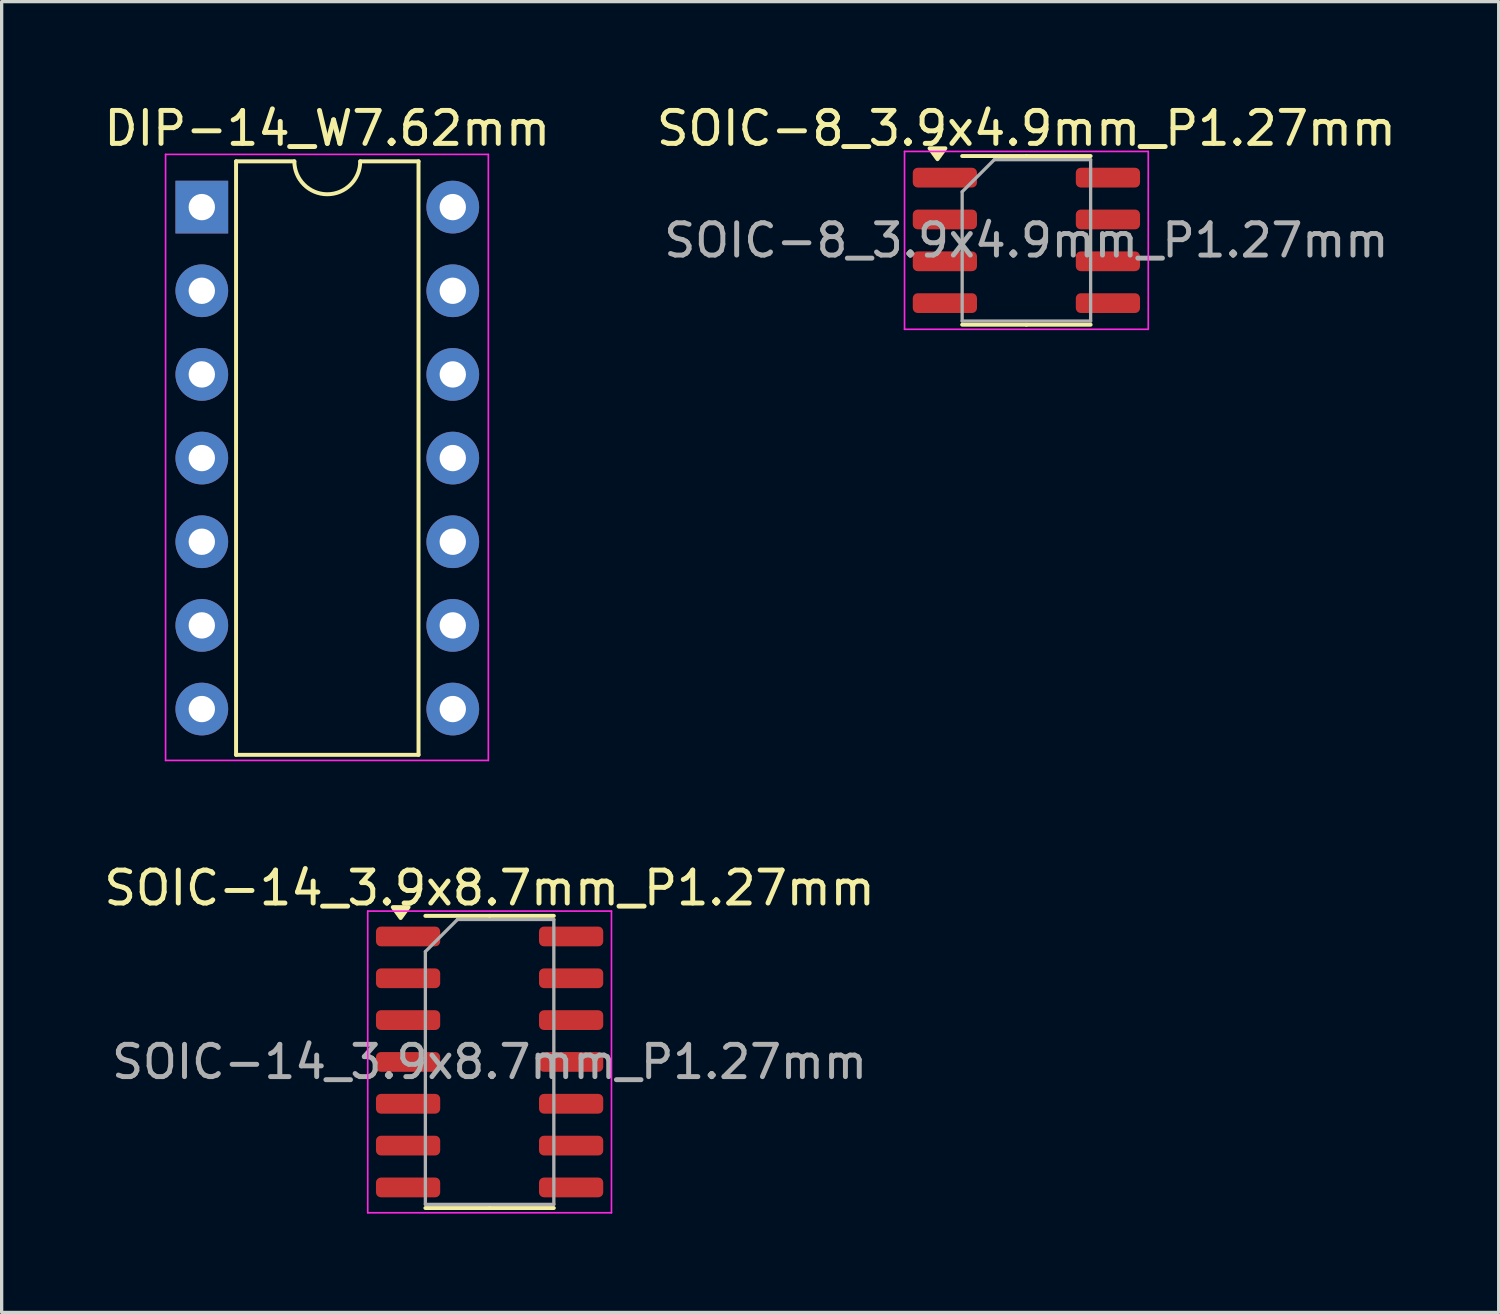
<source format=kicad_pcb>
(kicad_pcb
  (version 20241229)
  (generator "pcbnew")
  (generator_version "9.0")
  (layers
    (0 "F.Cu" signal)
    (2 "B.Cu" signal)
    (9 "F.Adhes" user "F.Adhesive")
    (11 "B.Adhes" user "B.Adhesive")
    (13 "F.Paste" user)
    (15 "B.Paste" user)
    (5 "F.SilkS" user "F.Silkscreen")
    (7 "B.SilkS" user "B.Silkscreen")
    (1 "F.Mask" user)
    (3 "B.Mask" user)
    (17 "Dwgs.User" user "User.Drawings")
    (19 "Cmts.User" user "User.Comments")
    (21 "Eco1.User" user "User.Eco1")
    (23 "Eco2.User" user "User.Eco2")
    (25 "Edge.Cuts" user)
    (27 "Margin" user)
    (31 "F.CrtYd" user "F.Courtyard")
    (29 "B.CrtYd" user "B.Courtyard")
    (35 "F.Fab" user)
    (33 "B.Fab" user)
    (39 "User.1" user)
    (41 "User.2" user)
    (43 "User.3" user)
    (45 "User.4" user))
  (footprint "SOIC-8_3.9x4.9mm_P1.27mm"
    (layer "F.Cu")
    (at 28.113 4.248)
    (property "Reference" "SOIC-8_3.9x4.9mm_P1.27mm" (at 0 -3.4 0) (layer "F.SilkS") (effects (font (size 1 1) (thickness 0.15))))
    (attr smd)
    (fp_line (start 0 -2.56) (end -1.95 -2.56) (stroke (width 0.12) (type solid)) (layer "F.SilkS"))
    (fp_line (start 0 -2.56) (end 1.95 -2.56) (stroke (width 0.12) (type solid)) (layer "F.SilkS"))
    (fp_line (start 0 2.56) (end -1.95 2.56) (stroke (width 0.12) (type solid)) (layer "F.SilkS"))
    (fp_line (start 0 2.56) (end 1.95 2.56) (stroke (width 0.12) (type solid)) (layer "F.SilkS"))
    (fp_poly (pts (xy -2.7 -2.465) (xy -2.94 -2.795) (xy -2.46 -2.795) (xy -2.7 -2.465)) (stroke (width 0.12) (type solid)) (fill yes) (layer "F.SilkS"))
    (fp_line (start -3.7 -2.7) (end -3.7 2.7) (stroke (width 0.05) (type solid)) (layer "F.CrtYd"))
    (fp_line (start -3.7 2.7) (end 3.7 2.7) (stroke (width 0.05) (type solid)) (layer "F.CrtYd"))
    (fp_line (start 3.7 -2.7) (end -3.7 -2.7) (stroke (width 0.05) (type solid)) (layer "F.CrtYd"))
    (fp_line (start 3.7 2.7) (end 3.7 -2.7) (stroke (width 0.05) (type solid)) (layer "F.CrtYd"))
    (fp_line (start -1.95 -1.475) (end -0.975 -2.45) (stroke (width 0.1) (type solid)) (layer "F.Fab"))
    (fp_line (start -1.95 2.45) (end -1.95 -1.475) (stroke (width 0.1) (type solid)) (layer "F.Fab"))
    (fp_line (start -0.975 -2.45) (end 1.95 -2.45) (stroke (width 0.1) (type solid)) (layer "F.Fab"))
    (fp_line (start 1.95 -2.45) (end 1.95 2.45) (stroke (width 0.1) (type solid)) (layer "F.Fab"))
    (fp_line (start 1.95 2.45) (end -1.95 2.45) (stroke (width 0.1) (type solid)) (layer "F.Fab"))
    (fp_text user "${REFERENCE}" (at 0 0 0) (layer "F.Fab") (effects (font (size 0.98 0.98) (thickness 0.15))))
    (pad "1" smd roundrect (at -2.475 -1.905) (size 1.95 0.6) (layers "F.Cu" "F.Mask" "F.Paste") (roundrect_rratio 0.25))
    (pad "2" smd roundrect (at -2.475 -0.635) (size 1.95 0.6) (layers "F.Cu" "F.Mask" "F.Paste") (roundrect_rratio 0.25))
    (pad "3" smd roundrect (at -2.475 0.635) (size 1.95 0.6) (layers "F.Cu" "F.Mask" "F.Paste") (roundrect_rratio 0.25))
    (pad "4" smd roundrect (at -2.475 1.905) (size 1.95 0.6) (layers "F.Cu" "F.Mask" "F.Paste") (roundrect_rratio 0.25))
    (pad "5" smd roundrect (at 2.475 1.905) (size 1.95 0.6) (layers "F.Cu" "F.Mask" "F.Paste") (roundrect_rratio 0.25))
    (pad "6" smd roundrect (at 2.475 0.635) (size 1.95 0.6) (layers "F.Cu" "F.Mask" "F.Paste") (roundrect_rratio 0.25))
    (pad "7" smd roundrect (at 2.475 -0.635) (size 1.95 0.6) (layers "F.Cu" "F.Mask" "F.Paste") (roundrect_rratio 0.25))
    (pad "8" smd roundrect (at 2.475 -1.905) (size 1.95 0.6) (layers "F.Cu" "F.Mask" "F.Paste") (roundrect_rratio 0.25)))
  (footprint "SOIC-14_3.9x8.7mm_P1.27mm"
    (layer "F.Cu")
    (at 11.815 29.192)
    (property "Reference" "SOIC-14_3.9x8.7mm_P1.27mm" (at 0 -5.28 0) (layer "F.SilkS") (effects (font (size 1 1) (thickness 0.15))))
    (attr smd)
    (fp_line (start 0 -4.435) (end -1.95 -4.435) (stroke (width 0.12) (type solid)) (layer "F.SilkS"))
    (fp_line (start 0 -4.435) (end 1.95 -4.435) (stroke (width 0.12) (type solid)) (layer "F.SilkS"))
    (fp_line (start 0 4.435) (end -1.95 4.435) (stroke (width 0.12) (type solid)) (layer "F.SilkS"))
    (fp_line (start 0 4.435) (end 1.95 4.435) (stroke (width 0.12) (type solid)) (layer "F.SilkS"))
    (fp_poly (pts (xy -2.7 -4.37) (xy -2.94 -4.7) (xy -2.46 -4.7) (xy -2.7 -4.37)) (stroke (width 0.12) (type solid)) (fill yes) (layer "F.SilkS"))
    (fp_line (start -3.7 -4.58) (end -3.7 4.58) (stroke (width 0.05) (type solid)) (layer "F.CrtYd"))
    (fp_line (start -3.7 4.58) (end 3.7 4.58) (stroke (width 0.05) (type solid)) (layer "F.CrtYd"))
    (fp_line (start 3.7 -4.58) (end -3.7 -4.58) (stroke (width 0.05) (type solid)) (layer "F.CrtYd"))
    (fp_line (start 3.7 4.58) (end 3.7 -4.58) (stroke (width 0.05) (type solid)) (layer "F.CrtYd"))
    (fp_line (start -1.95 -3.35) (end -0.975 -4.325) (stroke (width 0.1) (type solid)) (layer "F.Fab"))
    (fp_line (start -1.95 4.325) (end -1.95 -3.35) (stroke (width 0.1) (type solid)) (layer "F.Fab"))
    (fp_line (start -0.975 -4.325) (end 1.95 -4.325) (stroke (width 0.1) (type solid)) (layer "F.Fab"))
    (fp_line (start 1.95 -4.325) (end 1.95 4.325) (stroke (width 0.1) (type solid)) (layer "F.Fab"))
    (fp_line (start 1.95 4.325) (end -1.95 4.325) (stroke (width 0.1) (type solid)) (layer "F.Fab"))
    (fp_text user "${REFERENCE}" (at 0 0 0) (layer "F.Fab") (effects (font (size 0.98 0.98) (thickness 0.15))))
    (pad "1" smd roundrect (at -2.475 -3.81) (size 1.95 0.6) (layers "F.Cu" "F.Mask" "F.Paste") (roundrect_rratio 0.25))
    (pad "2" smd roundrect (at -2.475 -2.54) (size 1.95 0.6) (layers "F.Cu" "F.Mask" "F.Paste") (roundrect_rratio 0.25))
    (pad "3" smd roundrect (at -2.475 -1.27) (size 1.95 0.6) (layers "F.Cu" "F.Mask" "F.Paste") (roundrect_rratio 0.25))
    (pad "4" smd roundrect (at -2.475 0) (size 1.95 0.6) (layers "F.Cu" "F.Mask" "F.Paste") (roundrect_rratio 0.25))
    (pad "5" smd roundrect (at -2.475 1.27) (size 1.95 0.6) (layers "F.Cu" "F.Mask" "F.Paste") (roundrect_rratio 0.25))
    (pad "6" smd roundrect (at -2.475 2.54) (size 1.95 0.6) (layers "F.Cu" "F.Mask" "F.Paste") (roundrect_rratio 0.25))
    (pad "7" smd roundrect (at -2.475 3.81) (size 1.95 0.6) (layers "F.Cu" "F.Mask" "F.Paste") (roundrect_rratio 0.25))
    (pad "8" smd roundrect (at 2.475 3.81) (size 1.95 0.6) (layers "F.Cu" "F.Mask" "F.Paste") (roundrect_rratio 0.25))
    (pad "9" smd roundrect (at 2.475 2.54) (size 1.95 0.6) (layers "F.Cu" "F.Mask" "F.Paste") (roundrect_rratio 0.25))
    (pad "10" smd roundrect (at 2.475 1.27) (size 1.95 0.6) (layers "F.Cu" "F.Mask" "F.Paste") (roundrect_rratio 0.25))
    (pad "11" smd roundrect (at 2.475 0) (size 1.95 0.6) (layers "F.Cu" "F.Mask" "F.Paste") (roundrect_rratio 0.25))
    (pad "12" smd roundrect (at 2.475 -1.27) (size 1.95 0.6) (layers "F.Cu" "F.Mask" "F.Paste") (roundrect_rratio 0.25))
    (pad "13" smd roundrect (at 2.475 -2.54) (size 1.95 0.6) (layers "F.Cu" "F.Mask" "F.Paste") (roundrect_rratio 0.25))
    (pad "14" smd roundrect (at 2.475 -3.81) (size 1.95 0.6) (layers "F.Cu" "F.Mask" "F.Paste") (roundrect_rratio 0.25)))
  (footprint "DIP-14_W7.62mm"
    (layer "F.Cu")
    (at 3.077 3.288)
    (property "Reference" "DIP-14_W7.62mm" (at 3.81 -2.44 0) (layer "F.SilkS") (effects (font (size 1 1) (thickness 0.15))))
    (attr through_hole)
    (fp_line (start 1.04 -1.44) (end 1.04 16.58) (stroke (width 0.12) (type solid)) (layer "F.SilkS"))
    (fp_line (start 1.04 16.58) (end 6.58 16.58) (stroke (width 0.12) (type solid)) (layer "F.SilkS"))
    (fp_line (start 2.81 -1.44) (end 1.04 -1.44) (stroke (width 0.12) (type solid)) (layer "F.SilkS"))
    (fp_line (start 6.58 -1.44) (end 4.81 -1.44) (stroke (width 0.12) (type solid)) (layer "F.SilkS"))
    (fp_line (start 6.58 16.58) (end 6.58 -1.44) (stroke (width 0.12) (type solid)) (layer "F.SilkS"))
    (fp_arc (start 4.81 -1.44) (mid 3.81 -0.44) (end 2.81 -1.44) (stroke (width 0.12) (type solid)) (layer "F.SilkS"))
    (fp_line (start -1.1 -1.65) (end -1.1 16.75) (stroke (width 0.05) (type solid)) (layer "F.CrtYd"))
    (fp_line (start -1.1 16.75) (end 8.7 16.75) (stroke (width 0.05) (type solid)) (layer "F.CrtYd"))
    (fp_line (start 8.7 -1.65) (end -1.1 -1.65) (stroke (width 0.05) (type solid)) (layer "F.CrtYd"))
    (fp_line (start 8.7 16.75) (end 8.7 -1.65) (stroke (width 0.05) (type solid)) (layer "F.CrtYd"))
    (fp_text user "" (at 3.81 7.57 0) (layer "F.SilkS") (effects (font (size 1 1) (thickness 0.15))))
    (pad "1" thru_hole rect (at 0 -0.05) (size 1.6 1.6) (drill 0.8) (layers "*.Cu" "*.Mask"))
    (pad "2" thru_hole oval (at 0 2.49) (size 1.6 1.6) (drill 0.8) (layers "*.Cu" "*.Mask"))
    (pad "3" thru_hole oval (at 0 5.03) (size 1.6 1.6) (drill 0.8) (layers "*.Cu" "*.Mask"))
    (pad "4" thru_hole oval (at 0 7.57) (size 1.6 1.6) (drill 0.8) (layers "*.Cu" "*.Mask"))
    (pad "5" thru_hole oval (at 0 10.11) (size 1.6 1.6) (drill 0.8) (layers "*.Cu" "*.Mask"))
    (pad "6" thru_hole oval (at 0 12.65) (size 1.6 1.6) (drill 0.8) (layers "*.Cu" "*.Mask"))
    (pad "7" thru_hole oval (at 0 15.19) (size 1.6 1.6) (drill 0.8) (layers "*.Cu" "*.Mask"))
    (pad "8" thru_hole oval (at 7.62 15.19) (size 1.6 1.6) (drill 0.8) (layers "*.Cu" "*.Mask"))
    (pad "9" thru_hole oval (at 7.62 12.65) (size 1.6 1.6) (drill 0.8) (layers "*.Cu" "*.Mask"))
    (pad "10" thru_hole oval (at 7.62 10.11) (size 1.6 1.6) (drill 0.8) (layers "*.Cu" "*.Mask"))
    (pad "11" thru_hole oval (at 7.62 7.57) (size 1.6 1.6) (drill 0.8) (layers "*.Cu" "*.Mask"))
    (pad "12" thru_hole oval (at 7.62 5.03) (size 1.6 1.6) (drill 0.8) (layers "*.Cu" "*.Mask"))
    (pad "13" thru_hole oval (at 7.62 2.49) (size 1.6 1.6) (drill 0.8) (layers "*.Cu" "*.Mask"))
    (pad "14" thru_hole oval (at 7.62 -0.05) (size 1.6 1.6) (drill 0.8) (layers "*.Cu" "*.Mask")))
  (gr_rect
    (start -3 -3)
    (end 42.452 36.797)
    (stroke (width 0.1) (type default))
    (fill no)
    (layer "Edge.Cuts")))
</source>
